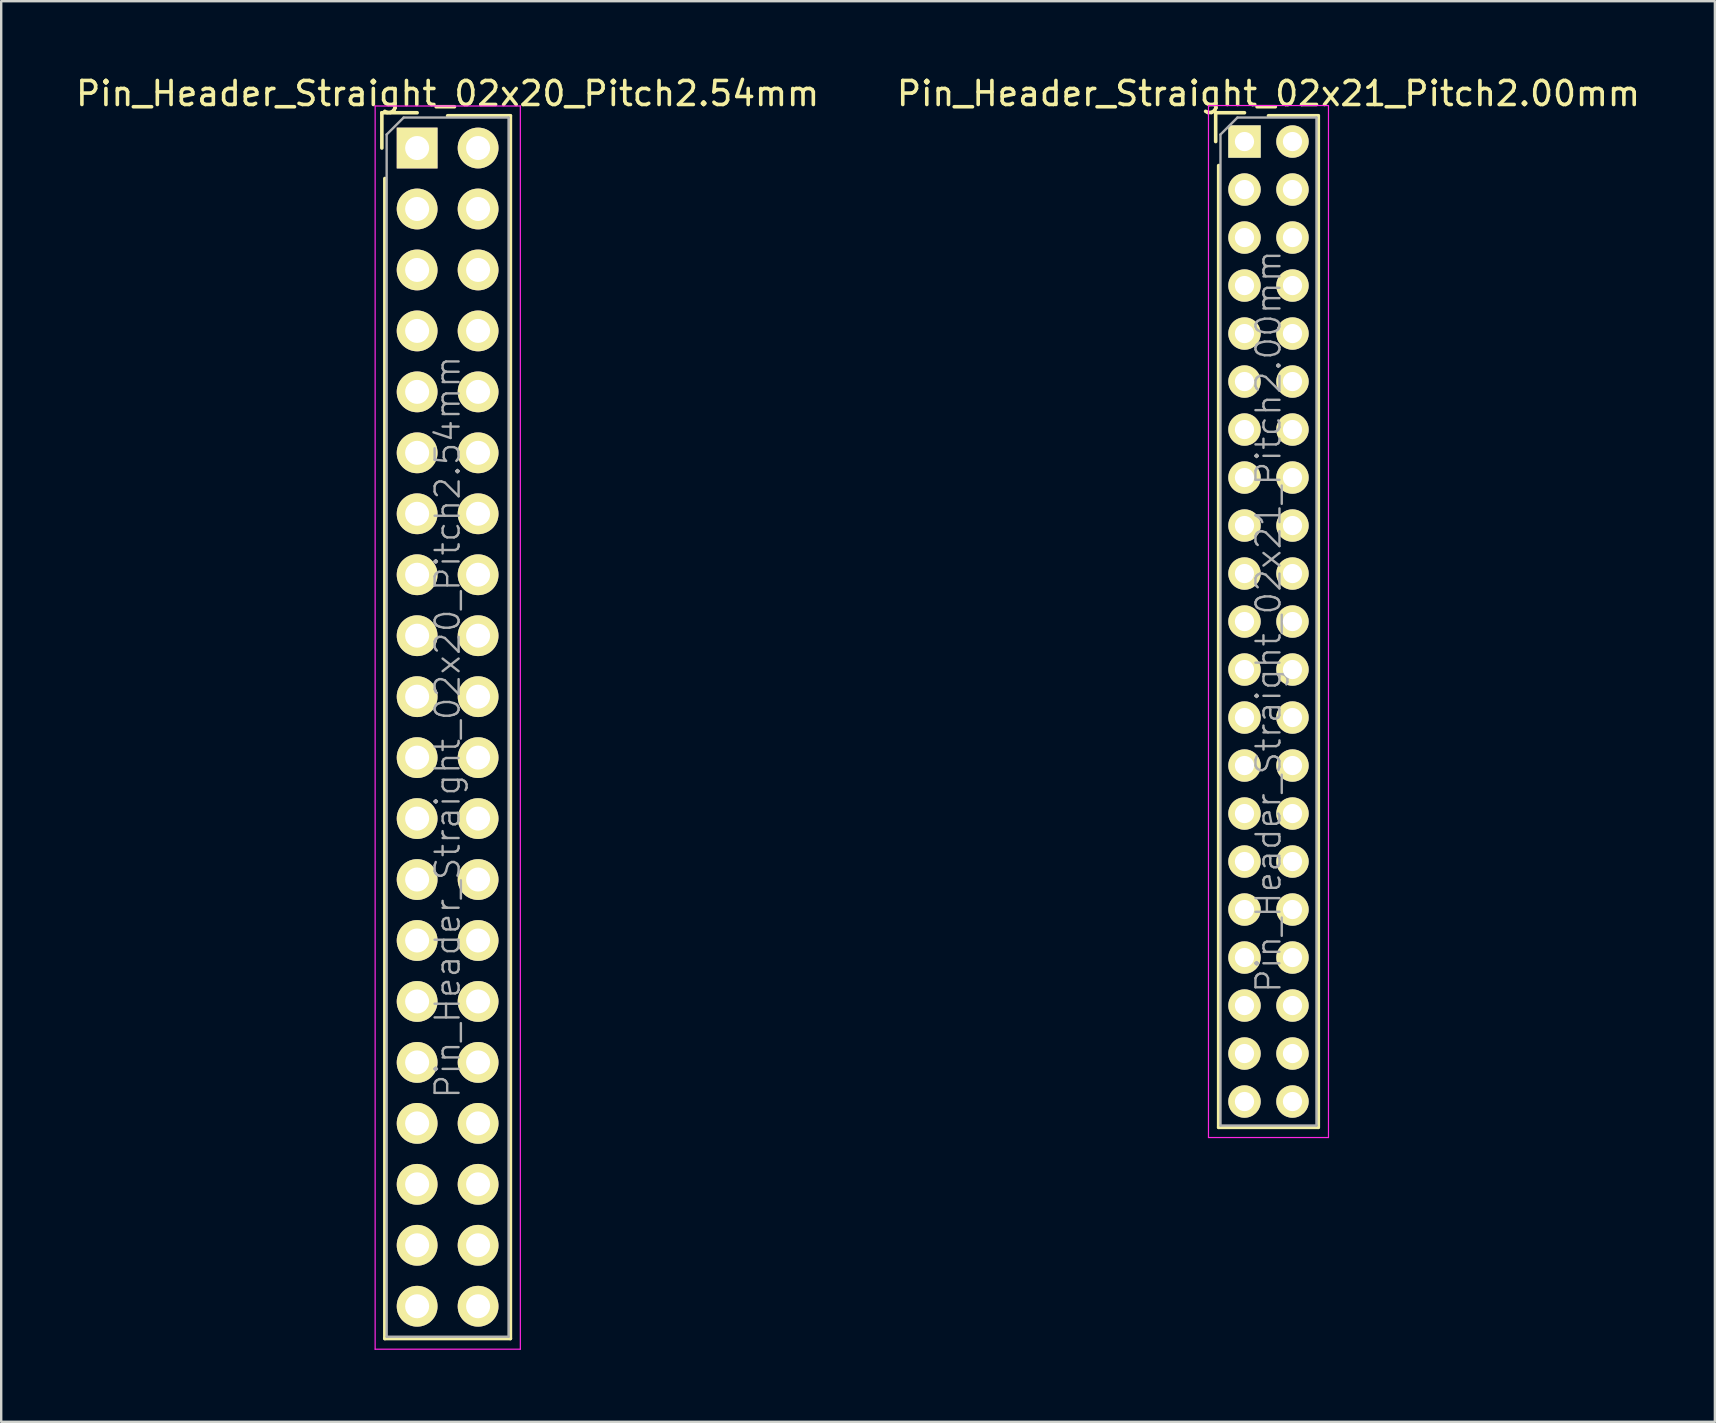
<source format=kicad_pcb>
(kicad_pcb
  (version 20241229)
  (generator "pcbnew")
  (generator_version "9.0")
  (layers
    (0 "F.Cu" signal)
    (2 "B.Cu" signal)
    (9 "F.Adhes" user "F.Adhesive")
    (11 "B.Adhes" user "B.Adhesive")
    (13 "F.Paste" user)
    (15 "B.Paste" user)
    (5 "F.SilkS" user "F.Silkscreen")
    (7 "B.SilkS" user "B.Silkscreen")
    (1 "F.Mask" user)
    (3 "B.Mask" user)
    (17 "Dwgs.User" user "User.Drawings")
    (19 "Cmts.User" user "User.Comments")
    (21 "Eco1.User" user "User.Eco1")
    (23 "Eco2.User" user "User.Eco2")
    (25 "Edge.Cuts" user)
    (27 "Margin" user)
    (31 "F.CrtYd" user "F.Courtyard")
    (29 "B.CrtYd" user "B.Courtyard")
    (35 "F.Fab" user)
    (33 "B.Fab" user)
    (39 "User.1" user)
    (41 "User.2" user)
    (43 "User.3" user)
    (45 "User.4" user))
  (footprint "Pin_Header_Straight_02x20_Pitch2.54mm"
    (layer "F.Cu")
    (at 14.331 3.118)
    (property "Reference" "Pin_Header_Straight_02x20_Pitch2.54mm" (at 1.27 -2.27 0) (layer "F.SilkS") (effects (font (size 1 1) (thickness 0.15))))
    (attr smd)
    (fp_line (start -1.47 -1.47) (end -1.47 0) (stroke (width 0.15) (type solid)) (layer "F.SilkS"))
    (fp_line (start -1.47 -1.47) (end 0 -1.47) (stroke (width 0.15) (type solid)) (layer "F.SilkS"))
    (fp_line (start -1.345 1.27) (end -1.345 49.605) (stroke (width 0.15) (type solid)) (layer "F.SilkS"))
    (fp_line (start -1.345 49.605) (end 3.885 49.605) (stroke (width 0.15) (type solid)) (layer "F.SilkS"))
    (fp_line (start 1.27 -1.345) (end 3.885 -1.345) (stroke (width 0.15) (type solid)) (layer "F.SilkS"))
    (fp_line (start 3.885 -1.345) (end 3.885 49.605) (stroke (width 0.15) (type solid)) (layer "F.SilkS"))
    (fp_line (start -1.75 -1.75) (end -1.75 50.05) (stroke (width 0.05) (type solid)) (layer "F.CrtYd"))
    (fp_line (start 4.3 -1.75) (end -1.75 -1.75) (stroke (width 0.05) (type solid)) (layer "F.CrtYd"))
    (fp_line (start 4.3 -1.75) (end 4.3 50.05) (stroke (width 0.05) (type solid)) (layer "F.CrtYd"))
    (fp_line (start 4.3 50.05) (end -1.75 50.05) (stroke (width 0.05) (type solid)) (layer "F.CrtYd"))
    (fp_line (start -1.27 -0.563) (end -0.563 -1.27) (stroke (width 0.1) (type solid)) (layer "F.Fab"))
    (fp_line (start -1.27 49.53) (end -1.27 -0.563) (stroke (width 0.1) (type solid)) (layer "F.Fab"))
    (fp_line (start 3.81 -1.27) (end -0.563 -1.27) (stroke (width 0.1) (type solid)) (layer "F.Fab"))
    (fp_line (start 3.81 49.53) (end -1.27 49.53) (stroke (width 0.1) (type solid)) (layer "F.Fab"))
    (fp_line (start 3.81 49.53) (end 3.81 -1.27) (stroke (width 0.1) (type solid)) (layer "F.Fab"))
    (fp_text user "${REFERENCE}" (at 1.27 24.13 90) (layer "F.Fab") (effects (font (size 1 1) (thickness 0.1))))
    (pad "1" thru_hole rect (at 0 0) (size 1.7 1.7) (drill 1) (layers "*.Cu" "*.Mask" "F.SilkS"))
    (pad "2" thru_hole oval (at 2.54 0) (size 1.7 1.7) (drill 1) (layers "*.Cu" "*.Mask" "F.SilkS"))
    (pad "3" thru_hole oval (at 0 2.54) (size 1.7 1.7) (drill 1) (layers "*.Cu" "*.Mask" "F.SilkS"))
    (pad "4" thru_hole oval (at 2.54 2.54) (size 1.7 1.7) (drill 1) (layers "*.Cu" "*.Mask" "F.SilkS"))
    (pad "5" thru_hole oval (at 0 5.08) (size 1.7 1.7) (drill 1) (layers "*.Cu" "*.Mask" "F.SilkS"))
    (pad "6" thru_hole oval (at 2.54 5.08) (size 1.7 1.7) (drill 1) (layers "*.Cu" "*.Mask" "F.SilkS"))
    (pad "7" thru_hole oval (at 0 7.62) (size 1.7 1.7) (drill 1) (layers "*.Cu" "*.Mask" "F.SilkS"))
    (pad "8" thru_hole oval (at 2.54 7.62) (size 1.7 1.7) (drill 1) (layers "*.Cu" "*.Mask" "F.SilkS"))
    (pad "9" thru_hole oval (at 0 10.16) (size 1.7 1.7) (drill 1) (layers "*.Cu" "*.Mask" "F.SilkS"))
    (pad "10" thru_hole oval (at 2.54 10.16) (size 1.7 1.7) (drill 1) (layers "*.Cu" "*.Mask" "F.SilkS"))
    (pad "11" thru_hole oval (at 0 12.7) (size 1.7 1.7) (drill 1) (layers "*.Cu" "*.Mask" "F.SilkS"))
    (pad "12" thru_hole oval (at 2.54 12.7) (size 1.7 1.7) (drill 1) (layers "*.Cu" "*.Mask" "F.SilkS"))
    (pad "13" thru_hole oval (at 0 15.24) (size 1.7 1.7) (drill 1) (layers "*.Cu" "*.Mask" "F.SilkS"))
    (pad "14" thru_hole oval (at 2.54 15.24) (size 1.7 1.7) (drill 1) (layers "*.Cu" "*.Mask" "F.SilkS"))
    (pad "15" thru_hole oval (at 0 17.78) (size 1.7 1.7) (drill 1) (layers "*.Cu" "*.Mask" "F.SilkS"))
    (pad "16" thru_hole oval (at 2.54 17.78) (size 1.7 1.7) (drill 1) (layers "*.Cu" "*.Mask" "F.SilkS"))
    (pad "17" thru_hole oval (at 0 20.32) (size 1.7 1.7) (drill 1) (layers "*.Cu" "*.Mask" "F.SilkS"))
    (pad "18" thru_hole oval (at 2.54 20.32) (size 1.7 1.7) (drill 1) (layers "*.Cu" "*.Mask" "F.SilkS"))
    (pad "19" thru_hole oval (at 0 22.86) (size 1.7 1.7) (drill 1) (layers "*.Cu" "*.Mask" "F.SilkS"))
    (pad "20" thru_hole oval (at 2.54 22.86) (size 1.7 1.7) (drill 1) (layers "*.Cu" "*.Mask" "F.SilkS"))
    (pad "21" thru_hole oval (at 0 25.4) (size 1.7 1.7) (drill 1) (layers "*.Cu" "*.Mask" "F.SilkS"))
    (pad "22" thru_hole oval (at 2.54 25.4) (size 1.7 1.7) (drill 1) (layers "*.Cu" "*.Mask" "F.SilkS"))
    (pad "23" thru_hole oval (at 0 27.94) (size 1.7 1.7) (drill 1) (layers "*.Cu" "*.Mask" "F.SilkS"))
    (pad "24" thru_hole oval (at 2.54 27.94) (size 1.7 1.7) (drill 1) (layers "*.Cu" "*.Mask" "F.SilkS"))
    (pad "25" thru_hole oval (at 0 30.48) (size 1.7 1.7) (drill 1) (layers "*.Cu" "*.Mask" "F.SilkS"))
    (pad "26" thru_hole oval (at 2.54 30.48) (size 1.7 1.7) (drill 1) (layers "*.Cu" "*.Mask" "F.SilkS"))
    (pad "27" thru_hole oval (at 0 33.02) (size 1.7 1.7) (drill 1) (layers "*.Cu" "*.Mask" "F.SilkS"))
    (pad "28" thru_hole oval (at 2.54 33.02) (size 1.7 1.7) (drill 1) (layers "*.Cu" "*.Mask" "F.SilkS"))
    (pad "29" thru_hole oval (at 0 35.56) (size 1.7 1.7) (drill 1) (layers "*.Cu" "*.Mask" "F.SilkS"))
    (pad "30" thru_hole oval (at 2.54 35.56) (size 1.7 1.7) (drill 1) (layers "*.Cu" "*.Mask" "F.SilkS"))
    (pad "31" thru_hole oval (at 0 38.1) (size 1.7 1.7) (drill 1) (layers "*.Cu" "*.Mask" "F.SilkS"))
    (pad "32" thru_hole oval (at 2.54 38.1) (size 1.7 1.7) (drill 1) (layers "*.Cu" "*.Mask" "F.SilkS"))
    (pad "33" thru_hole oval (at 0 40.64) (size 1.7 1.7) (drill 1) (layers "*.Cu" "*.Mask" "F.SilkS"))
    (pad "34" thru_hole oval (at 2.54 40.64) (size 1.7 1.7) (drill 1) (layers "*.Cu" "*.Mask" "F.SilkS"))
    (pad "35" thru_hole oval (at 0 43.18) (size 1.7 1.7) (drill 1) (layers "*.Cu" "*.Mask" "F.SilkS"))
    (pad "36" thru_hole oval (at 2.54 43.18) (size 1.7 1.7) (drill 1) (layers "*.Cu" "*.Mask" "F.SilkS"))
    (pad "37" thru_hole oval (at 0 45.72) (size 1.7 1.7) (drill 1) (layers "*.Cu" "*.Mask" "F.SilkS"))
    (pad "38" thru_hole oval (at 2.54 45.72) (size 1.7 1.7) (drill 1) (layers "*.Cu" "*.Mask" "F.SilkS"))
    (pad "39" thru_hole oval (at 0 48.26) (size 1.7 1.7) (drill 1) (layers "*.Cu" "*.Mask" "F.SilkS"))
    (pad "40" thru_hole oval (at 2.54 48.26) (size 1.7 1.7) (drill 1) (layers "*.Cu" "*.Mask" "F.SilkS")))
  (footprint "Pin_Header_Straight_02x21_Pitch2.00mm"
    (layer "F.Cu")
    (at 48.804 2.848)
    (property "Reference" "Pin_Header_Straight_02x21_Pitch2.00mm" (at 1 -2 0) (layer "F.SilkS") (effects (font (size 1 1) (thickness 0.15))))
    (attr smd)
    (fp_line (start -1.2 -1.2) (end -1.2 0) (stroke (width 0.15) (type solid)) (layer "F.SilkS"))
    (fp_line (start -1.2 -1.2) (end 0 -1.2) (stroke (width 0.15) (type solid)) (layer "F.SilkS"))
    (fp_line (start -1.075 1) (end -1.075 41.075) (stroke (width 0.15) (type solid)) (layer "F.SilkS"))
    (fp_line (start -1.075 41.075) (end 3.075 41.075) (stroke (width 0.15) (type solid)) (layer "F.SilkS"))
    (fp_line (start 1 -1.075) (end 3.075 -1.075) (stroke (width 0.15) (type solid)) (layer "F.SilkS"))
    (fp_line (start 3.075 -1.075) (end 3.075 41.075) (stroke (width 0.15) (type solid)) (layer "F.SilkS"))
    (fp_line (start -1.5 -1.5) (end -1.5 41.5) (stroke (width 0.05) (type solid)) (layer "F.CrtYd"))
    (fp_line (start 3.5 -1.5) (end -1.5 -1.5) (stroke (width 0.05) (type solid)) (layer "F.CrtYd"))
    (fp_line (start 3.5 -1.5) (end 3.5 41.5) (stroke (width 0.05) (type solid)) (layer "F.CrtYd"))
    (fp_line (start 3.5 41.5) (end -1.5 41.5) (stroke (width 0.05) (type solid)) (layer "F.CrtYd"))
    (fp_line (start -1 -0.293) (end -0.293 -1) (stroke (width 0.1) (type solid)) (layer "F.Fab"))
    (fp_line (start -1 41) (end -1 -0.293) (stroke (width 0.1) (type solid)) (layer "F.Fab"))
    (fp_line (start 3 -1) (end -0.293 -1) (stroke (width 0.1) (type solid)) (layer "F.Fab"))
    (fp_line (start 3 41) (end -1 41) (stroke (width 0.1) (type solid)) (layer "F.Fab"))
    (fp_line (start 3 41) (end 3 -1) (stroke (width 0.1) (type solid)) (layer "F.Fab"))
    (fp_text user "${REFERENCE}" (at 1 20 90) (layer "F.Fab") (effects (font (size 1 1) (thickness 0.1))))
    (pad "1" thru_hole rect (at 0 0) (size 1.35 1.35) (drill 0.8) (layers "*.Cu" "*.Mask" "F.SilkS"))
    (pad "2" thru_hole oval (at 2 0) (size 1.35 1.35) (drill 0.8) (layers "*.Cu" "*.Mask" "F.SilkS"))
    (pad "3" thru_hole oval (at 0 2) (size 1.35 1.35) (drill 0.8) (layers "*.Cu" "*.Mask" "F.SilkS"))
    (pad "4" thru_hole oval (at 2 2) (size 1.35 1.35) (drill 0.8) (layers "*.Cu" "*.Mask" "F.SilkS"))
    (pad "5" thru_hole oval (at 0 4) (size 1.35 1.35) (drill 0.8) (layers "*.Cu" "*.Mask" "F.SilkS"))
    (pad "6" thru_hole oval (at 2 4) (size 1.35 1.35) (drill 0.8) (layers "*.Cu" "*.Mask" "F.SilkS"))
    (pad "7" thru_hole oval (at 0 6) (size 1.35 1.35) (drill 0.8) (layers "*.Cu" "*.Mask" "F.SilkS"))
    (pad "8" thru_hole oval (at 2 6) (size 1.35 1.35) (drill 0.8) (layers "*.Cu" "*.Mask" "F.SilkS"))
    (pad "9" thru_hole oval (at 0 8) (size 1.35 1.35) (drill 0.8) (layers "*.Cu" "*.Mask" "F.SilkS"))
    (pad "10" thru_hole oval (at 2 8) (size 1.35 1.35) (drill 0.8) (layers "*.Cu" "*.Mask" "F.SilkS"))
    (pad "11" thru_hole oval (at 0 10) (size 1.35 1.35) (drill 0.8) (layers "*.Cu" "*.Mask" "F.SilkS"))
    (pad "12" thru_hole oval (at 2 10) (size 1.35 1.35) (drill 0.8) (layers "*.Cu" "*.Mask" "F.SilkS"))
    (pad "13" thru_hole oval (at 0 12) (size 1.35 1.35) (drill 0.8) (layers "*.Cu" "*.Mask" "F.SilkS"))
    (pad "14" thru_hole oval (at 2 12) (size 1.35 1.35) (drill 0.8) (layers "*.Cu" "*.Mask" "F.SilkS"))
    (pad "15" thru_hole oval (at 0 14) (size 1.35 1.35) (drill 0.8) (layers "*.Cu" "*.Mask" "F.SilkS"))
    (pad "16" thru_hole oval (at 2 14) (size 1.35 1.35) (drill 0.8) (layers "*.Cu" "*.Mask" "F.SilkS"))
    (pad "17" thru_hole oval (at 0 16) (size 1.35 1.35) (drill 0.8) (layers "*.Cu" "*.Mask" "F.SilkS"))
    (pad "18" thru_hole oval (at 2 16) (size 1.35 1.35) (drill 0.8) (layers "*.Cu" "*.Mask" "F.SilkS"))
    (pad "19" thru_hole oval (at 0 18) (size 1.35 1.35) (drill 0.8) (layers "*.Cu" "*.Mask" "F.SilkS"))
    (pad "20" thru_hole oval (at 2 18) (size 1.35 1.35) (drill 0.8) (layers "*.Cu" "*.Mask" "F.SilkS"))
    (pad "21" thru_hole oval (at 0 20) (size 1.35 1.35) (drill 0.8) (layers "*.Cu" "*.Mask" "F.SilkS"))
    (pad "22" thru_hole oval (at 2 20) (size 1.35 1.35) (drill 0.8) (layers "*.Cu" "*.Mask" "F.SilkS"))
    (pad "23" thru_hole oval (at 0 22) (size 1.35 1.35) (drill 0.8) (layers "*.Cu" "*.Mask" "F.SilkS"))
    (pad "24" thru_hole oval (at 2 22) (size 1.35 1.35) (drill 0.8) (layers "*.Cu" "*.Mask" "F.SilkS"))
    (pad "25" thru_hole oval (at 0 24) (size 1.35 1.35) (drill 0.8) (layers "*.Cu" "*.Mask" "F.SilkS"))
    (pad "26" thru_hole oval (at 2 24) (size 1.35 1.35) (drill 0.8) (layers "*.Cu" "*.Mask" "F.SilkS"))
    (pad "27" thru_hole oval (at 0 26) (size 1.35 1.35) (drill 0.8) (layers "*.Cu" "*.Mask" "F.SilkS"))
    (pad "28" thru_hole oval (at 2 26) (size 1.35 1.35) (drill 0.8) (layers "*.Cu" "*.Mask" "F.SilkS"))
    (pad "29" thru_hole oval (at 0 28) (size 1.35 1.35) (drill 0.8) (layers "*.Cu" "*.Mask" "F.SilkS"))
    (pad "30" thru_hole oval (at 2 28) (size 1.35 1.35) (drill 0.8) (layers "*.Cu" "*.Mask" "F.SilkS"))
    (pad "31" thru_hole oval (at 0 30) (size 1.35 1.35) (drill 0.8) (layers "*.Cu" "*.Mask" "F.SilkS"))
    (pad "32" thru_hole oval (at 2 30) (size 1.35 1.35) (drill 0.8) (layers "*.Cu" "*.Mask" "F.SilkS"))
    (pad "33" thru_hole oval (at 0 32) (size 1.35 1.35) (drill 0.8) (layers "*.Cu" "*.Mask" "F.SilkS"))
    (pad "34" thru_hole oval (at 2 32) (size 1.35 1.35) (drill 0.8) (layers "*.Cu" "*.Mask" "F.SilkS"))
    (pad "35" thru_hole oval (at 0 34) (size 1.35 1.35) (drill 0.8) (layers "*.Cu" "*.Mask" "F.SilkS"))
    (pad "36" thru_hole oval (at 2 34) (size 1.35 1.35) (drill 0.8) (layers "*.Cu" "*.Mask" "F.SilkS"))
    (pad "37" thru_hole oval (at 0 36) (size 1.35 1.35) (drill 0.8) (layers "*.Cu" "*.Mask" "F.SilkS"))
    (pad "38" thru_hole oval (at 2 36) (size 1.35 1.35) (drill 0.8) (layers "*.Cu" "*.Mask" "F.SilkS"))
    (pad "39" thru_hole oval (at 0 38) (size 1.35 1.35) (drill 0.8) (layers "*.Cu" "*.Mask" "F.SilkS"))
    (pad "40" thru_hole oval (at 2 38) (size 1.35 1.35) (drill 0.8) (layers "*.Cu" "*.Mask" "F.SilkS"))
    (pad "41" thru_hole oval (at 0 40) (size 1.35 1.35) (drill 0.8) (layers "*.Cu" "*.Mask" "F.SilkS"))
    (pad "42" thru_hole oval (at 2 40) (size 1.35 1.35) (drill 0.8) (layers "*.Cu" "*.Mask" "F.SilkS")))
  (gr_rect
    (start -3 -3)
    (end 68.405 56.193)
    (stroke (width 0.1) (type default))
    (fill no)
    (layer "Edge.Cuts")))
</source>
